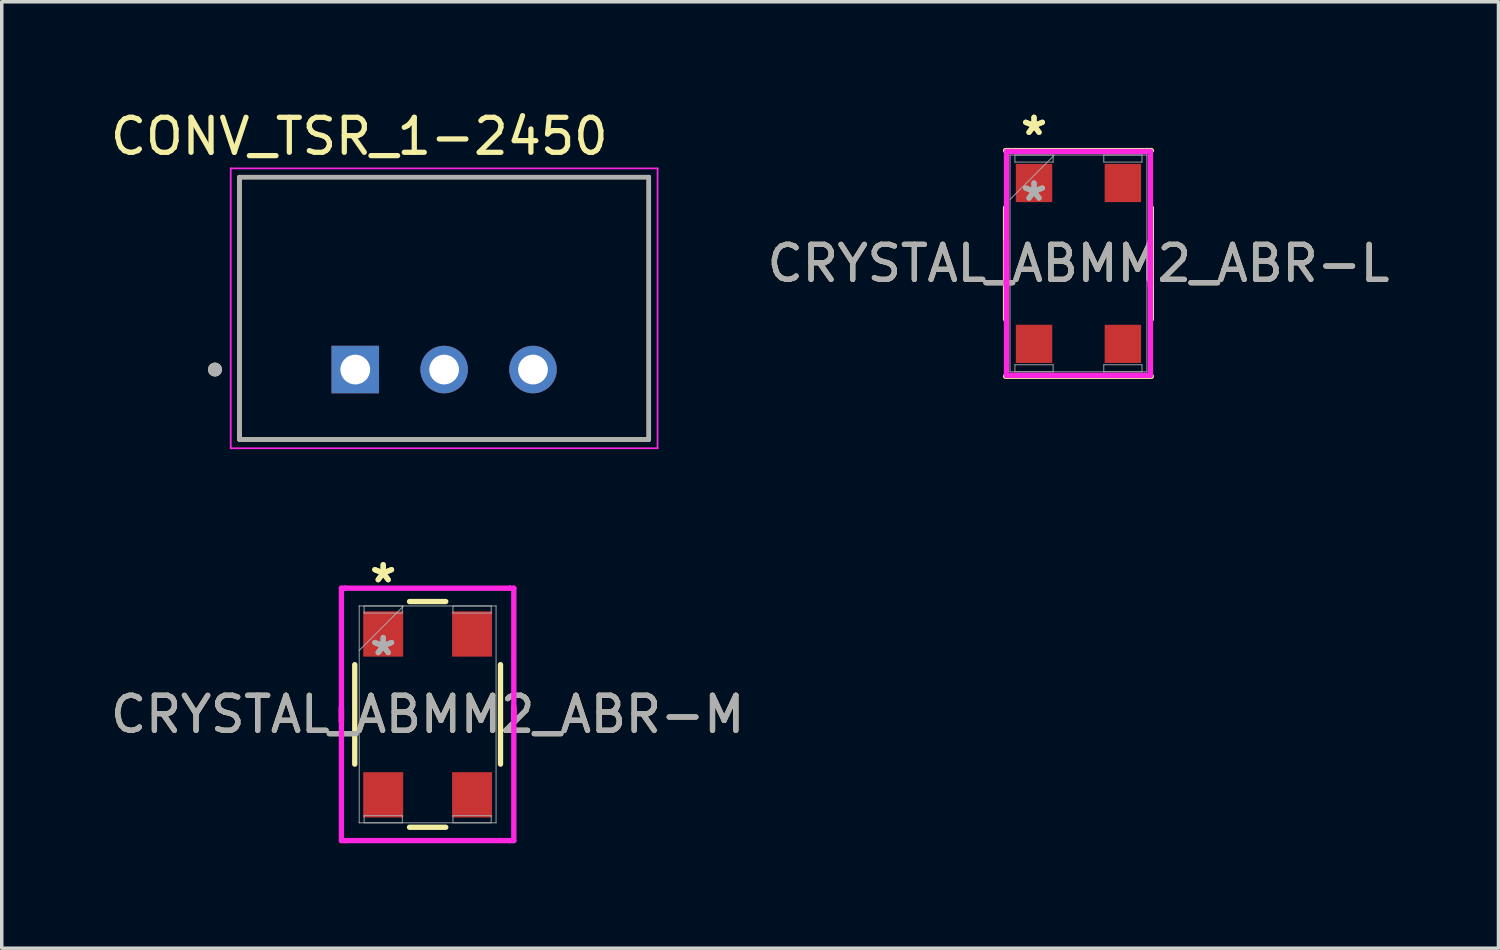
<source format=kicad_pcb>
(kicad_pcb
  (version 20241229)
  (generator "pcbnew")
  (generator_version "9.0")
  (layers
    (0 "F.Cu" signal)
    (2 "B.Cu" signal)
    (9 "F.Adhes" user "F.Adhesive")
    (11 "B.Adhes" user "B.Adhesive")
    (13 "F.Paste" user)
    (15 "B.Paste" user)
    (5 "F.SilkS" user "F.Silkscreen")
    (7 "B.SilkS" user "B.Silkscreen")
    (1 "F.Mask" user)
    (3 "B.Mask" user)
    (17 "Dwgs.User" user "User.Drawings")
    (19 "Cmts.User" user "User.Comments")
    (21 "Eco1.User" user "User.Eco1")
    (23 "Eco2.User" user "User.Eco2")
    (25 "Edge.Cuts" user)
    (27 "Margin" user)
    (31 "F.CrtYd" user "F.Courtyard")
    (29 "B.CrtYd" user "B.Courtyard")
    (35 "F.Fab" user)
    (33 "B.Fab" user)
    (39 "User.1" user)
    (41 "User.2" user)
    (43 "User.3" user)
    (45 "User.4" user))
  (footprint "CONV_TSR_1-2450"
    (layer "F.Cu")
    (at 9.645 5.763)
    (property "Reference" "CONV_TSR_1-2450" (at -2.425 -4.915 0) (layer "F.SilkS") (effects (font (size 1 1) (thickness 0.15))))
    (attr through_hole)
    (fp_line (start -5.85 -3.75) (end 5.85 -3.75) (stroke (width 0.127) (type solid)) (layer "F.SilkS"))
    (fp_line (start -5.85 3.75) (end -5.85 -3.75) (stroke (width 0.127) (type solid)) (layer "F.SilkS"))
    (fp_line (start -5.85 3.75) (end 5.85 3.75) (stroke (width 0.127) (type solid)) (layer "F.SilkS"))
    (fp_line (start 5.85 -3.75) (end 5.85 3.75) (stroke (width 0.127) (type solid)) (layer "F.SilkS"))
    (fp_circle (center -6.55 1.75) (end -6.45 1.75) (stroke (width 0.2) (type solid)) (fill no) (layer "F.SilkS"))
    (fp_line (start -6.1 -4) (end -6.1 4) (stroke (width 0.05) (type solid)) (layer "F.CrtYd"))
    (fp_line (start -6.1 4) (end 6.1 4) (stroke (width 0.05) (type solid)) (layer "F.CrtYd"))
    (fp_line (start 6.1 -4) (end -6.1 -4) (stroke (width 0.05) (type solid)) (layer "F.CrtYd"))
    (fp_line (start 6.1 4) (end 6.1 -4) (stroke (width 0.05) (type solid)) (layer "F.CrtYd"))
    (fp_line (start -5.85 -3.75) (end 5.85 -3.75) (stroke (width 0.127) (type solid)) (layer "F.Fab"))
    (fp_line (start -5.85 3.75) (end -5.85 -3.75) (stroke (width 0.127) (type solid)) (layer "F.Fab"))
    (fp_line (start 5.85 -3.75) (end 5.85 3.75) (stroke (width 0.127) (type solid)) (layer "F.Fab"))
    (fp_line (start 5.85 3.75) (end -5.85 3.75) (stroke (width 0.127) (type solid)) (layer "F.Fab"))
    (fp_circle (center -6.55 1.75) (end -6.45 1.75) (stroke (width 0.2) (type solid)) (fill no) (layer "F.Fab"))
    (pad "1" thru_hole rect (at -2.54 1.75) (size 1.358 1.358) (drill 0.85) (layers "*.Cu" "*.Mask"))
    (pad "2" thru_hole circle (at 0 1.75) (size 1.358 1.358) (drill 0.85) (layers "*.Cu" "*.Mask"))
    (pad "3" thru_hole circle (at 2.54 1.75) (size 1.358 1.358) (drill 0.85) (layers "*.Cu" "*.Mask")))
  (footprint "CRYSTAL_ABMM2_ABR-L"
    (layer "F.Cu")
    (at 27.776 4.48)
    (property "Reference" "CRYSTAL_ABMM2_ABR-L" (at 0 0 0) (unlocked yes) (layer "F.SilkS") (effects (font (size 1 1) (thickness 0.15))))
    (attr smd)
    (fp_line (start -2.083 -1.593) (end -2.083 1.593) (stroke (width 0.152) (type solid)) (layer "F.SilkS"))
    (fp_line (start -2.083 3.226) (end 2.083 3.226) (stroke (width 0.152) (type solid)) (layer "F.SilkS"))
    (fp_line (start 2.083 -3.226) (end -2.083 -3.226) (stroke (width 0.152) (type solid)) (layer "F.SilkS"))
    (fp_line (start 2.083 1.593) (end 2.083 -1.593) (stroke (width 0.152) (type solid)) (layer "F.SilkS"))
    (fp_line (start -2.057 -3.2) (end -1.892 -3.2) (stroke (width 0.152) (type solid)) (layer "F.CrtYd"))
    (fp_line (start -2.057 -0.648) (end -2.057 -0.648) (stroke (width 0.152) (type solid)) (layer "F.CrtYd"))
    (fp_line (start -2.057 -0.648) (end -2.057 0.648) (stroke (width 0.152) (type solid)) (layer "F.CrtYd"))
    (fp_line (start -2.057 0.648) (end -2.057 -3.2) (stroke (width 0.152) (type solid)) (layer "F.CrtYd"))
    (fp_line (start -2.057 0.648) (end -2.057 0.648) (stroke (width 0.152) (type solid)) (layer "F.CrtYd"))
    (fp_line (start -2.057 3.2) (end -2.057 -0.648) (stroke (width 0.152) (type solid)) (layer "F.CrtYd"))
    (fp_line (start -1.892 -3.2) (end -1.892 -3.2) (stroke (width 0.152) (type solid)) (layer "F.CrtYd"))
    (fp_line (start -1.892 -3.2) (end 1.892 -3.2) (stroke (width 0.152) (type solid)) (layer "F.CrtYd"))
    (fp_line (start -1.892 3.2) (end -2.057 3.2) (stroke (width 0.152) (type solid)) (layer "F.CrtYd"))
    (fp_line (start -1.892 3.2) (end -1.892 3.2) (stroke (width 0.152) (type solid)) (layer "F.CrtYd"))
    (fp_line (start 1.892 -3.2) (end 1.892 -3.2) (stroke (width 0.152) (type solid)) (layer "F.CrtYd"))
    (fp_line (start 1.892 -3.2) (end 2.057 -3.2) (stroke (width 0.152) (type solid)) (layer "F.CrtYd"))
    (fp_line (start 1.892 3.2) (end -1.892 3.2) (stroke (width 0.152) (type solid)) (layer "F.CrtYd"))
    (fp_line (start 1.892 3.2) (end 1.892 3.2) (stroke (width 0.152) (type solid)) (layer "F.CrtYd"))
    (fp_line (start 2.057 -3.2) (end 2.057 0.648) (stroke (width 0.152) (type solid)) (layer "F.CrtYd"))
    (fp_line (start 2.057 -0.648) (end 2.057 -0.648) (stroke (width 0.152) (type solid)) (layer "F.CrtYd"))
    (fp_line (start 2.057 -0.648) (end 2.057 3.2) (stroke (width 0.152) (type solid)) (layer "F.CrtYd"))
    (fp_line (start 2.057 0.648) (end 2.057 -0.648) (stroke (width 0.152) (type solid)) (layer "F.CrtYd"))
    (fp_line (start 2.057 0.648) (end 2.057 0.648) (stroke (width 0.152) (type solid)) (layer "F.CrtYd"))
    (fp_line (start 2.057 3.2) (end 1.892 3.2) (stroke (width 0.152) (type solid)) (layer "F.CrtYd"))
    (fp_line (start -1.956 -3.099) (end -1.956 -3.099) (stroke (width 0.025) (type solid)) (layer "F.Fab"))
    (fp_line (start -1.956 -3.099) (end -1.956 3.099) (stroke (width 0.025) (type solid)) (layer "F.Fab"))
    (fp_line (start -1.956 -1.829) (end -0.686 -3.099) (stroke (width 0.025) (type solid)) (layer "F.Fab"))
    (fp_line (start -1.956 3.099) (end -1.956 3.099) (stroke (width 0.025) (type solid)) (layer "F.Fab"))
    (fp_line (start -1.956 3.099) (end 1.956 3.099) (stroke (width 0.025) (type solid)) (layer "F.Fab"))
    (fp_line (start -1.816 -3.099) (end -0.724 -3.099) (stroke (width 0.025) (type solid)) (layer "F.Fab"))
    (fp_line (start -1.816 -2.896) (end -1.816 -3.099) (stroke (width 0.025) (type solid)) (layer "F.Fab"))
    (fp_line (start -1.816 2.896) (end -0.724 2.896) (stroke (width 0.025) (type solid)) (layer "F.Fab"))
    (fp_line (start -1.816 3.099) (end -1.816 2.896) (stroke (width 0.025) (type solid)) (layer "F.Fab"))
    (fp_line (start -0.724 -3.099) (end -0.724 -2.896) (stroke (width 0.025) (type solid)) (layer "F.Fab"))
    (fp_line (start -0.724 -2.896) (end -1.816 -2.896) (stroke (width 0.025) (type solid)) (layer "F.Fab"))
    (fp_line (start -0.724 2.896) (end -0.724 3.099) (stroke (width 0.025) (type solid)) (layer "F.Fab"))
    (fp_line (start -0.724 3.099) (end -1.816 3.099) (stroke (width 0.025) (type solid)) (layer "F.Fab"))
    (fp_line (start 0.724 -3.099) (end 1.816 -3.099) (stroke (width 0.025) (type solid)) (layer "F.Fab"))
    (fp_line (start 0.724 -2.896) (end 0.724 -3.099) (stroke (width 0.025) (type solid)) (layer "F.Fab"))
    (fp_line (start 0.724 2.896) (end 1.816 2.896) (stroke (width 0.025) (type solid)) (layer "F.Fab"))
    (fp_line (start 0.724 3.099) (end 0.724 2.896) (stroke (width 0.025) (type solid)) (layer "F.Fab"))
    (fp_line (start 1.816 -3.099) (end 1.816 -2.896) (stroke (width 0.025) (type solid)) (layer "F.Fab"))
    (fp_line (start 1.816 -2.896) (end 0.724 -2.896) (stroke (width 0.025) (type solid)) (layer "F.Fab"))
    (fp_line (start 1.816 2.896) (end 1.816 3.099) (stroke (width 0.025) (type solid)) (layer "F.Fab"))
    (fp_line (start 1.816 3.099) (end 0.724 3.099) (stroke (width 0.025) (type solid)) (layer "F.Fab"))
    (fp_line (start 1.956 -3.099) (end -1.956 -3.099) (stroke (width 0.025) (type solid)) (layer "F.Fab"))
    (fp_line (start 1.956 -3.099) (end 1.956 -3.099) (stroke (width 0.025) (type solid)) (layer "F.Fab"))
    (fp_line (start 1.956 3.099) (end 1.956 -3.099) (stroke (width 0.025) (type solid)) (layer "F.Fab"))
    (fp_line (start 1.956 3.099) (end 1.956 3.099) (stroke (width 0.025) (type solid)) (layer "F.Fab"))
    (fp_text user "*" (at -1.27 -3.632 0) (layer "F.SilkS") (effects (font (size 1 1) (thickness 0.15))))
    (fp_text user "*" (at -1.27 -3.632 0) (unlocked yes) (layer "F.SilkS") (effects (font (size 1 1) (thickness 0.15))))
    (fp_text user "*" (at -1.27 -1.753 0) (layer "F.Fab") (effects (font (size 1 1) (thickness 0.15))))
    (fp_text user "${REFERENCE}" (at 0 0 0) (unlocked yes) (layer "F.Fab") (effects (font (size 1 1) (thickness 0.15))))
    (fp_text user "*" (at -1.27 -1.753 0) (unlocked yes) (layer "F.Fab") (effects (font (size 1 1) (thickness 0.15))))
    (pad "1" smd rect (at -1.27 -2.299) (size 1.041 1.092) (layers "F.Cu" "F.Mask" "F.Paste"))
    (pad "2" smd rect (at -1.27 2.299) (size 1.041 1.092) (layers "F.Cu" "F.Mask" "F.Paste"))
    (pad "3" smd rect (at 1.27 2.299) (size 1.041 1.092) (layers "F.Cu" "F.Mask" "F.Paste"))
    (pad "4" smd rect (at 1.27 -2.299) (size 1.041 1.092) (layers "F.Cu" "F.Mask" "F.Paste")))
  (footprint "CRYSTAL_ABMM2_ABR-M"
    (layer "F.Cu")
    (at 9.173 17.37)
    (property "Reference" "CRYSTAL_ABMM2_ABR-M" (at 0 0 0) (unlocked yes) (layer "F.SilkS") (effects (font (size 1 1) (thickness 0.15))))
    (attr smd)
    (fp_line (start -2.083 -1.422) (end -2.083 1.422) (stroke (width 0.152) (type solid)) (layer "F.SilkS"))
    (fp_line (start -0.518 3.226) (end 0.518 3.226) (stroke (width 0.152) (type solid)) (layer "F.SilkS"))
    (fp_line (start 0.518 -3.226) (end -0.518 -3.226) (stroke (width 0.152) (type solid)) (layer "F.SilkS"))
    (fp_line (start 2.083 1.422) (end 2.083 -1.422) (stroke (width 0.152) (type solid)) (layer "F.SilkS"))
    (fp_line (start -2.464 -3.607) (end -2.349 -3.607) (stroke (width 0.152) (type solid)) (layer "F.CrtYd"))
    (fp_line (start -2.464 -0.191) (end -2.464 -0.191) (stroke (width 0.152) (type solid)) (layer "F.CrtYd"))
    (fp_line (start -2.464 -0.191) (end -2.464 0.191) (stroke (width 0.152) (type solid)) (layer "F.CrtYd"))
    (fp_line (start -2.464 0.191) (end -2.464 -3.607) (stroke (width 0.152) (type solid)) (layer "F.CrtYd"))
    (fp_line (start -2.464 0.191) (end -2.464 0.191) (stroke (width 0.152) (type solid)) (layer "F.CrtYd"))
    (fp_line (start -2.464 3.607) (end -2.464 -0.191) (stroke (width 0.152) (type solid)) (layer "F.CrtYd"))
    (fp_line (start -2.349 -3.607) (end -2.349 -3.607) (stroke (width 0.152) (type solid)) (layer "F.CrtYd"))
    (fp_line (start -2.349 -3.607) (end 2.349 -3.607) (stroke (width 0.152) (type solid)) (layer "F.CrtYd"))
    (fp_line (start -2.349 3.607) (end -2.464 3.607) (stroke (width 0.152) (type solid)) (layer "F.CrtYd"))
    (fp_line (start -2.349 3.607) (end -2.349 3.607) (stroke (width 0.152) (type solid)) (layer "F.CrtYd"))
    (fp_line (start 2.349 -3.607) (end 2.349 -3.607) (stroke (width 0.152) (type solid)) (layer "F.CrtYd"))
    (fp_line (start 2.349 -3.607) (end 2.464 -3.607) (stroke (width 0.152) (type solid)) (layer "F.CrtYd"))
    (fp_line (start 2.349 3.607) (end -2.349 3.607) (stroke (width 0.152) (type solid)) (layer "F.CrtYd"))
    (fp_line (start 2.349 3.607) (end 2.349 3.607) (stroke (width 0.152) (type solid)) (layer "F.CrtYd"))
    (fp_line (start 2.464 -3.607) (end 2.464 0.191) (stroke (width 0.152) (type solid)) (layer "F.CrtYd"))
    (fp_line (start 2.464 -0.191) (end 2.464 -0.191) (stroke (width 0.152) (type solid)) (layer "F.CrtYd"))
    (fp_line (start 2.464 -0.191) (end 2.464 3.607) (stroke (width 0.152) (type solid)) (layer "F.CrtYd"))
    (fp_line (start 2.464 0.191) (end 2.464 -0.191) (stroke (width 0.152) (type solid)) (layer "F.CrtYd"))
    (fp_line (start 2.464 0.191) (end 2.464 0.191) (stroke (width 0.152) (type solid)) (layer "F.CrtYd"))
    (fp_line (start 2.464 3.607) (end 2.349 3.607) (stroke (width 0.152) (type solid)) (layer "F.CrtYd"))
    (fp_line (start -1.956 -3.099) (end -1.956 -3.099) (stroke (width 0.025) (type solid)) (layer "F.Fab"))
    (fp_line (start -1.956 -3.099) (end -1.956 3.099) (stroke (width 0.025) (type solid)) (layer "F.Fab"))
    (fp_line (start -1.956 -1.829) (end -0.686 -3.099) (stroke (width 0.025) (type solid)) (layer "F.Fab"))
    (fp_line (start -1.956 3.099) (end -1.956 3.099) (stroke (width 0.025) (type solid)) (layer "F.Fab"))
    (fp_line (start -1.956 3.099) (end 1.956 3.099) (stroke (width 0.025) (type solid)) (layer "F.Fab"))
    (fp_line (start -1.816 -3.099) (end -0.724 -3.099) (stroke (width 0.025) (type solid)) (layer "F.Fab"))
    (fp_line (start -1.816 -2.896) (end -1.816 -3.099) (stroke (width 0.025) (type solid)) (layer "F.Fab"))
    (fp_line (start -1.816 2.896) (end -0.724 2.896) (stroke (width 0.025) (type solid)) (layer "F.Fab"))
    (fp_line (start -1.816 3.099) (end -1.816 2.896) (stroke (width 0.025) (type solid)) (layer "F.Fab"))
    (fp_line (start -0.724 -3.099) (end -0.724 -2.896) (stroke (width 0.025) (type solid)) (layer "F.Fab"))
    (fp_line (start -0.724 -2.896) (end -1.816 -2.896) (stroke (width 0.025) (type solid)) (layer "F.Fab"))
    (fp_line (start -0.724 2.896) (end -0.724 3.099) (stroke (width 0.025) (type solid)) (layer "F.Fab"))
    (fp_line (start -0.724 3.099) (end -1.816 3.099) (stroke (width 0.025) (type solid)) (layer "F.Fab"))
    (fp_line (start 0.724 -3.099) (end 1.816 -3.099) (stroke (width 0.025) (type solid)) (layer "F.Fab"))
    (fp_line (start 0.724 -2.896) (end 0.724 -3.099) (stroke (width 0.025) (type solid)) (layer "F.Fab"))
    (fp_line (start 0.724 2.896) (end 1.816 2.896) (stroke (width 0.025) (type solid)) (layer "F.Fab"))
    (fp_line (start 0.724 3.099) (end 0.724 2.896) (stroke (width 0.025) (type solid)) (layer "F.Fab"))
    (fp_line (start 1.816 -3.099) (end 1.816 -2.896) (stroke (width 0.025) (type solid)) (layer "F.Fab"))
    (fp_line (start 1.816 -2.896) (end 0.724 -2.896) (stroke (width 0.025) (type solid)) (layer "F.Fab"))
    (fp_line (start 1.816 2.896) (end 1.816 3.099) (stroke (width 0.025) (type solid)) (layer "F.Fab"))
    (fp_line (start 1.816 3.099) (end 0.724 3.099) (stroke (width 0.025) (type solid)) (layer "F.Fab"))
    (fp_line (start 1.956 -3.099) (end -1.956 -3.099) (stroke (width 0.025) (type solid)) (layer "F.Fab"))
    (fp_line (start 1.956 -3.099) (end 1.956 -3.099) (stroke (width 0.025) (type solid)) (layer "F.Fab"))
    (fp_line (start 1.956 3.099) (end 1.956 -3.099) (stroke (width 0.025) (type solid)) (layer "F.Fab"))
    (fp_line (start 1.956 3.099) (end 1.956 3.099) (stroke (width 0.025) (type solid)) (layer "F.Fab"))
    (fp_text user "*" (at -1.27 -3.734 0) (layer "F.SilkS") (effects (font (size 1 1) (thickness 0.15))))
    (fp_text user "*" (at -1.27 -3.734 0) (unlocked yes) (layer "F.SilkS") (effects (font (size 1 1) (thickness 0.15))))
    (fp_text user "${REFERENCE}" (at 0 0 0) (unlocked yes) (layer "F.Fab") (effects (font (size 1 1) (thickness 0.15))))
    (fp_text user "*" (at -1.27 -1.651 0) (unlocked yes) (layer "F.Fab") (effects (font (size 1 1) (thickness 0.15))))
    (fp_text user "*" (at -1.27 -1.651 0) (layer "F.Fab") (effects (font (size 1 1) (thickness 0.15))))
    (pad "1" smd rect (at -1.27 -2.299) (size 1.143 1.295) (layers "F.Cu" "F.Mask" "F.Paste"))
    (pad "2" smd rect (at -1.27 2.299) (size 1.143 1.295) (layers "F.Cu" "F.Mask" "F.Paste"))
    (pad "3" smd rect (at 1.27 2.299) (size 1.143 1.295) (layers "F.Cu" "F.Mask" "F.Paste"))
    (pad "4" smd rect (at 1.27 -2.299) (size 1.143 1.295) (layers "F.Cu" "F.Mask" "F.Paste")))
  (gr_rect
    (start -3 -3)
    (end 39.782 24.053)
    (stroke (width 0.1) (type default))
    (fill no)
    (layer "Edge.Cuts")))
</source>
